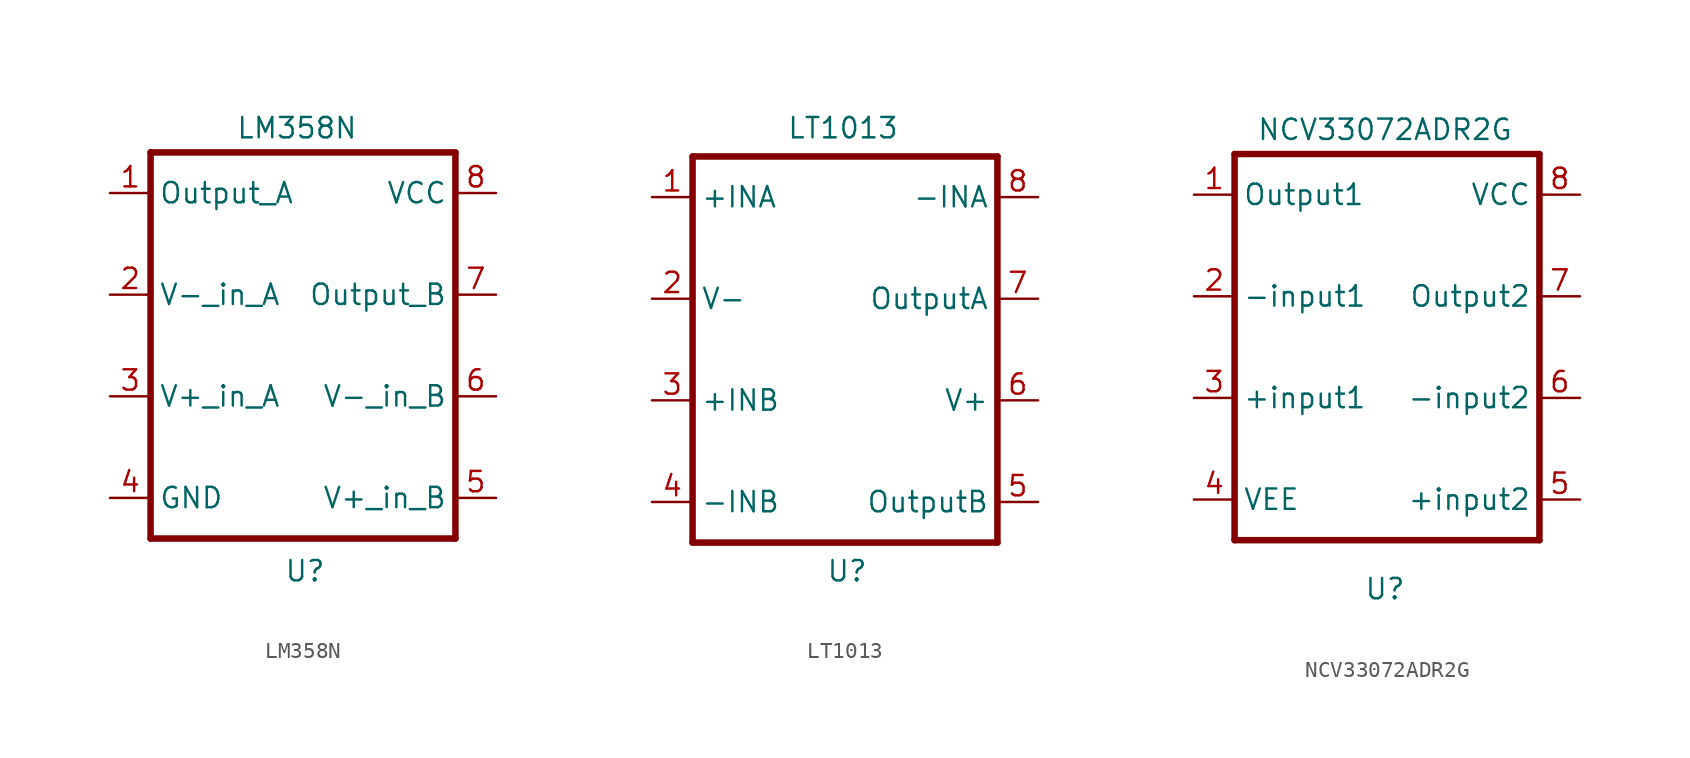
<source format=kicad_sym>
(kicad_symbol_lib
  (version 20201005)
  (generator kicad_symbol_editor)
  (symbol "OpAmp:LM358N"
    (property "Reference" "U"
      (at 0 -13.97 0)
      (effects (font (size 1.27 1.27))))
    (property "Value" "LM358N"
      (at -0.508 13.716 0)
      (effects (font (size 1.27 1.27))))
    (symbol "LM358N_0_0"
      (polyline (pts (xy -9.652 -11.938) (xy 9.398 -11.938)) (stroke (width 0.406)) (fill (type none)))
      (polyline (pts (xy -9.652 12.192) (xy -9.652 -11.938)) (stroke (width 0.406)) (fill (type none)))
      (polyline (pts (xy 9.398 -11.938) (xy 9.398 12.192)) (stroke (width 0.406)) (fill (type none)))
      (polyline (pts (xy 9.398 12.192) (xy -9.652 12.192)) (stroke (width 0.406)) (fill (type none))))
    (symbol "LM358N_1_1"
      (pin input line (at -12.192 9.652 0) (length 2.54) (name "Output_A" (effects (font (size 1.27 1.27)))) (number "1" (effects (font (size 1.27 1.27)))))
      (pin input line (at -12.192 3.302 0) (length 2.54) (name "V-_in_A" (effects (font (size 1.27 1.27)))) (number "2" (effects (font (size 1.27 1.27)))))
      (pin input line (at -12.192 -3.048 0) (length 2.54) (name "V+_in_A" (effects (font (size 1.27 1.27)))) (number "3" (effects (font (size 1.27 1.27)))))
      (pin input line (at -12.192 -9.398 0) (length 2.54) (name "GND" (effects (font (size 1.27 1.27)))) (number "4" (effects (font (size 1.27 1.27)))))
      (pin output line (at 11.938 -9.398 180) (length 2.54) (name "V+_in_B" (effects (font (size 1.27 1.27)))) (number "5" (effects (font (size 1.27 1.27)))))
      (pin output line (at 11.938 -3.048 180) (length 2.54) (name "V-_in_B" (effects (font (size 1.27 1.27)))) (number "6" (effects (font (size 1.27 1.27)))))
      (pin input line (at 11.938 3.302 180) (length 2.54) (name "Output_B" (effects (font (size 1.27 1.27)))) (number "7" (effects (font (size 1.27 1.27)))))
      (pin input line (at 11.938 9.652 180) (length 2.54) (name "VCC" (effects (font (size 1.27 1.27)))) (number "8" (effects (font (size 1.27 1.27)))))))
  (symbol "OpAmp:LT1013"
    (property "Reference" "U"
      (at 0 -13.716 0)
      (effects (font (size 1.27 1.27))))
    (property "Value" "LT1013"
      (at -0.254 13.97 0)
      (effects (font (size 1.27 1.27))))
    (symbol "LT1013_0_0"
      (polyline (pts (xy -9.652 -11.938) (xy 9.398 -11.938)) (stroke (width 0.406)) (fill (type none)))
      (polyline (pts (xy -9.652 12.192) (xy -9.652 -11.938)) (stroke (width 0.406)) (fill (type none)))
      (polyline (pts (xy 9.398 -11.938) (xy 9.398 12.192)) (stroke (width 0.406)) (fill (type none)))
      (polyline (pts (xy 9.398 12.192) (xy -9.652 12.192)) (stroke (width 0.406)) (fill (type none))))
    (symbol "LT1013_1_1"
      (pin input line (at -12.192 9.652 0) (length 2.54) (name "+INA" (effects (font (size 1.27 1.27)))) (number "1" (effects (font (size 1.27 1.27)))))
      (pin input line (at -12.192 3.302 0) (length 2.54) (name "V-" (effects (font (size 1.27 1.27)))) (number "2" (effects (font (size 1.27 1.27)))))
      (pin input line (at -12.192 -3.048 0) (length 2.54) (name "+INB" (effects (font (size 1.27 1.27)))) (number "3" (effects (font (size 1.27 1.27)))))
      (pin input line (at -12.192 -9.398 0) (length 2.54) (name "-INB" (effects (font (size 1.27 1.27)))) (number "4" (effects (font (size 1.27 1.27)))))
      (pin output line (at 11.938 -9.398 180) (length 2.54) (name "OutputB" (effects (font (size 1.27 1.27)))) (number "5" (effects (font (size 1.27 1.27)))))
      (pin input line (at 11.938 -3.048 180) (length 2.54) (name "V+" (effects (font (size 1.27 1.27)))) (number "6" (effects (font (size 1.27 1.27)))))
      (pin output line (at 11.938 3.302 180) (length 2.54) (name "OutputA" (effects (font (size 1.27 1.27)))) (number "7" (effects (font (size 1.27 1.27)))))
      (pin input line (at 11.938 9.652 180) (length 2.54) (name "-INA" (effects (font (size 1.27 1.27)))) (number "8" (effects (font (size 1.27 1.27)))))))
  (symbol "OpAmp:NCV33072ADR2G"
    (property "Reference" "U"
      (at -0.254 -15.494 0)
      (effects (font (size 1.27 1.27))))
    (property "Value" "NCV33072ADR2G"
      (at -0.254 13.208 0)
      (effects (font (size 1.27 1.27))))
    (symbol "NCV33072ADR2G_0_0"
      (polyline (pts (xy -9.652 -12.446) (xy 9.398 -12.446)) (stroke (width 0.406)) (fill (type none)))
      (polyline (pts (xy -9.652 11.684) (xy -9.652 -12.446)) (stroke (width 0.406)) (fill (type none)))
      (polyline (pts (xy 9.398 -12.446) (xy 9.398 11.684)) (stroke (width 0.406)) (fill (type none)))
      (polyline (pts (xy 9.398 11.684) (xy -9.652 11.684)) (stroke (width 0.406)) (fill (type none))))
    (symbol "NCV33072ADR2G_1_1"
      (pin output line (at -12.192 9.144 0) (length 2.54) (name "Output1" (effects (font (size 1.27 1.27)))) (number "1" (effects (font (size 1.27 1.27)))))
      (pin input line (at -12.192 2.794 0) (length 2.54) (name "-input1" (effects (font (size 1.27 1.27)))) (number "2" (effects (font (size 1.27 1.27)))))
      (pin input line (at -12.192 -3.556 0) (length 2.54) (name "+input1" (effects (font (size 1.27 1.27)))) (number "3" (effects (font (size 1.27 1.27)))))
      (pin power_in line (at -12.192 -9.906 0) (length 2.54) (name "VEE" (effects (font (size 1.27 1.27)))) (number "4" (effects (font (size 1.27 1.27)))))
      (pin input line (at 11.938 -9.906 180) (length 2.54) (name "+input2" (effects (font (size 1.27 1.27)))) (number "5" (effects (font (size 1.27 1.27)))))
      (pin input line (at 11.938 -3.556 180) (length 2.54) (name "-input2" (effects (font (size 1.27 1.27)))) (number "6" (effects (font (size 1.27 1.27)))))
      (pin output line (at 11.938 2.794 180) (length 2.54) (name "Output2" (effects (font (size 1.27 1.27)))) (number "7" (effects (font (size 1.27 1.27)))))
      (pin power_in line (at 11.938 9.144 180) (length 2.54) (name "VCC" (effects (font (size 1.27 1.27)))) (number "8" (effects (font (size 1.27 1.27))))))))
</source>
